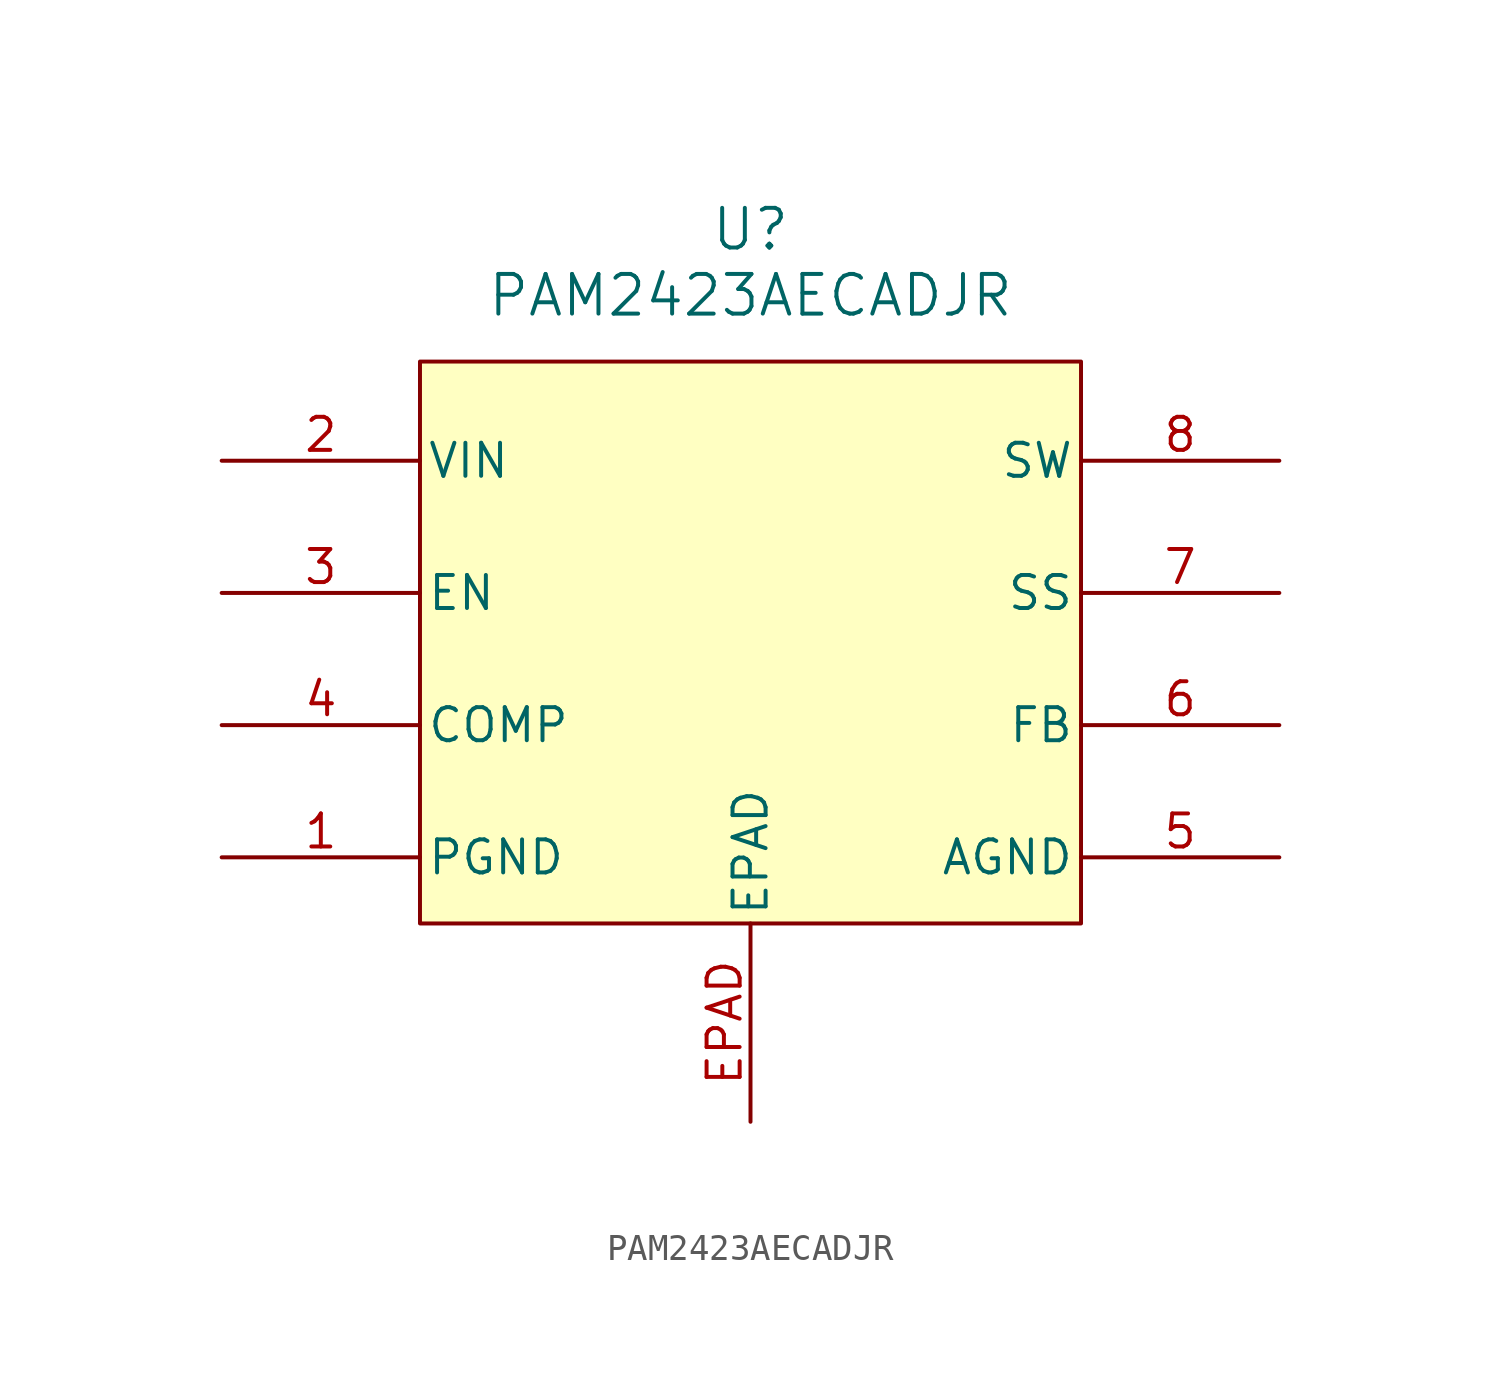
<source format=kicad_sym>
(kicad_symbol_lib
  (version 20220914)
  (generator kicad_symbol_editor)
  (symbol "PAM2423AECADJR"
    (pin_names
      (offset 0.254))
    (property "Reference" "U"
      (at 20.32 10.16 0)
      (effects (font (size 1.524 1.524))))
    (property "Value" "PAM2423AECADJR"
      (at 20.32 7.62 0)
      (effects (font (size 1.524 1.524))))
    (property "ki_locked" ""
      (at 0 0 0)
      (effects (font (size 1.27 1.27))))
    (symbol "PAM2423AECADJR_0_1"
      (pin power_out line (at 0 -13.97 0) (length 7.62) (name "PGND" (effects (font (size 1.27 1.27)))) (number "1" (effects (font (size 1.27 1.27)))))
      (pin unspecified line (at 0 1.27 0) (length 7.62) (name "VIN" (effects (font (size 1.27 1.27)))) (number "2" (effects (font (size 1.27 1.27)))))
      (pin unspecified line (at 0 -3.81 0) (length 7.62) (name "EN" (effects (font (size 1.27 1.27)))) (number "3" (effects (font (size 1.27 1.27)))))
      (pin unspecified line (at 0 -8.89 0) (length 7.62) (name "COMP" (effects (font (size 1.27 1.27)))) (number "4" (effects (font (size 1.27 1.27)))))
      (pin power_out line (at 40.64 -13.97 180) (length 7.62) (name "AGND" (effects (font (size 1.27 1.27)))) (number "5" (effects (font (size 1.27 1.27)))))
      (pin unspecified line (at 40.64 -8.89 180) (length 7.62) (name "FB" (effects (font (size 1.27 1.27)))) (number "6" (effects (font (size 1.27 1.27)))))
      (pin unspecified line (at 40.64 -3.81 180) (length 7.62) (name "SS" (effects (font (size 1.27 1.27)))) (number "7" (effects (font (size 1.27 1.27)))))
      (pin unspecified line (at 40.64 1.27 180) (length 7.62) (name "SW" (effects (font (size 1.27 1.27)))) (number "8" (effects (font (size 1.27 1.27))))))
    (symbol "PAM2423AECADJR_1_1"
      (rectangle (start 7.62 5.08) (end 33.02 -16.51) (stroke (width 0) (type default)) (fill (type background)))
      (pin unspecified line (at 20.32 -24.13 90) (length 7.62) (name "EPAD" (effects (font (size 1.27 1.27)))) (number "EPAD" (effects (font (size 1.27 1.27))))))))
</source>
